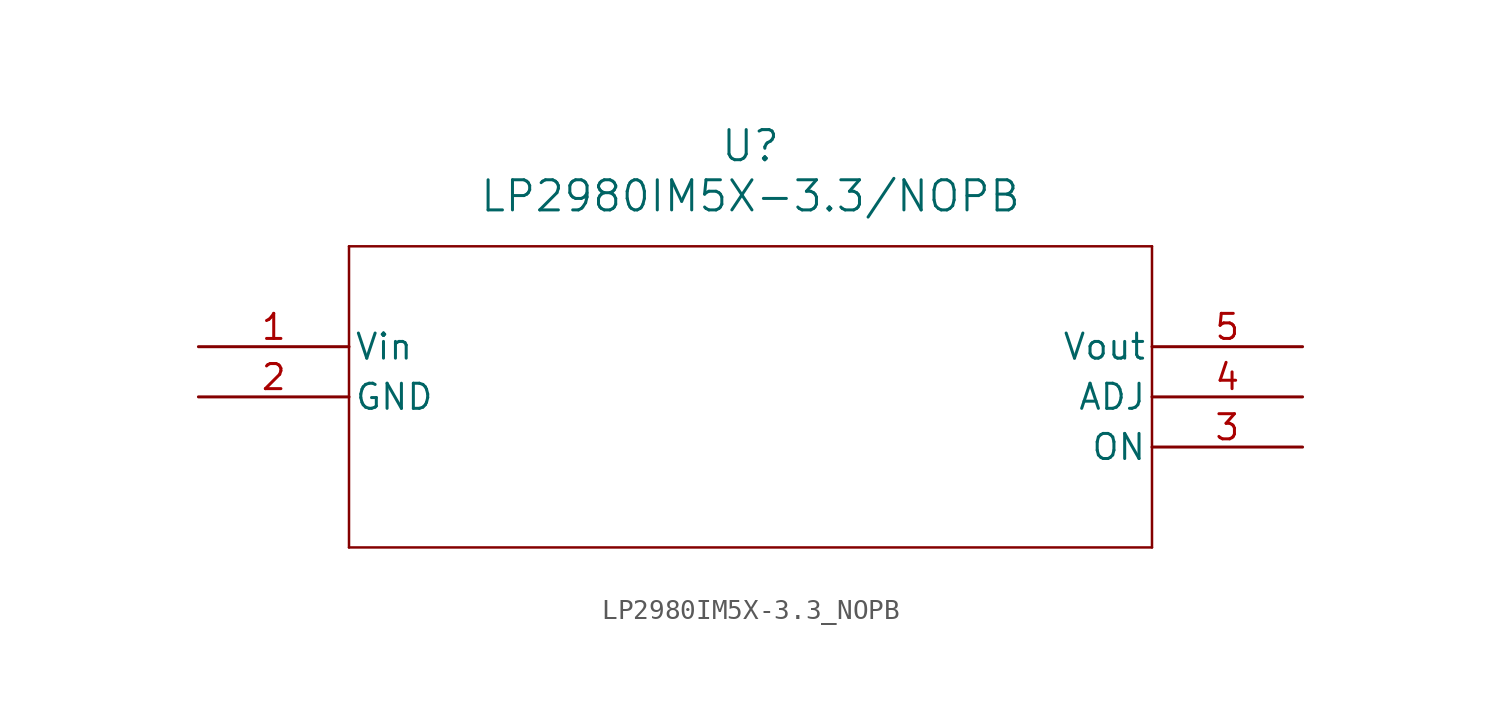
<source format=kicad_sym>
(kicad_symbol_lib
  (version 20211014)
  (generator kicad_symbol_editor)
  (symbol "LP2980IM5X-3.3_NOPB"
    (pin_names
      (offset 0.254))
    (property "Reference" "U"
      (at 27.94 10.16 0)
      (effects (font (size 1.524 1.524))))
    (property "Value" "LP2980IM5X-3.3/NOPB"
      (at 27.94 7.62 0)
      (effects (font (size 1.524 1.524))))
    (symbol "LP2980IM5X-3.3_NOPB_0_1"
      (polyline (pts (xy 7.62 5.08) (xy 7.62 -10.16)) (stroke (width 0.127) (type default) (color 0 0 0 0)) (fill (type none)))
      (polyline (pts (xy 7.62 -10.16) (xy 48.26 -10.16)) (stroke (width 0.127) (type default) (color 0 0 0 0)) (fill (type none)))
      (polyline (pts (xy 48.26 -10.16) (xy 48.26 5.08)) (stroke (width 0.127) (type default) (color 0 0 0 0)) (fill (type none)))
      (polyline (pts (xy 48.26 5.08) (xy 7.62 5.08)) (stroke (width 0.127) (type default) (color 0 0 0 0)) (fill (type none)))
      (pin input line (at 0 0 0) (length 7.62) (name "Vin" (effects (font (size 1.27 1.27)))) (number "1" (effects (font (size 1.27 1.27)))))
      (pin passive line (at 0 -2.54 0) (length 7.62) (name "GND" (effects (font (size 1.27 1.27)))) (number "2" (effects (font (size 1.27 1.27)))))
      (pin passive line (at 55.88 -5.08 180) (length 7.62) (name "ON" (effects (font (size 1.27 1.27)))) (number "3" (effects (font (size 1.27 1.27)))))
      (pin passive line (at 55.88 -2.54 180) (length 7.62) (name "ADJ" (effects (font (size 1.27 1.27)))) (number "4" (effects (font (size 1.27 1.27)))))
      (pin output line (at 55.88 0 180) (length 7.62) (name "Vout" (effects (font (size 1.27 1.27)))) (number "5" (effects (font (size 1.27 1.27))))))))
</source>
